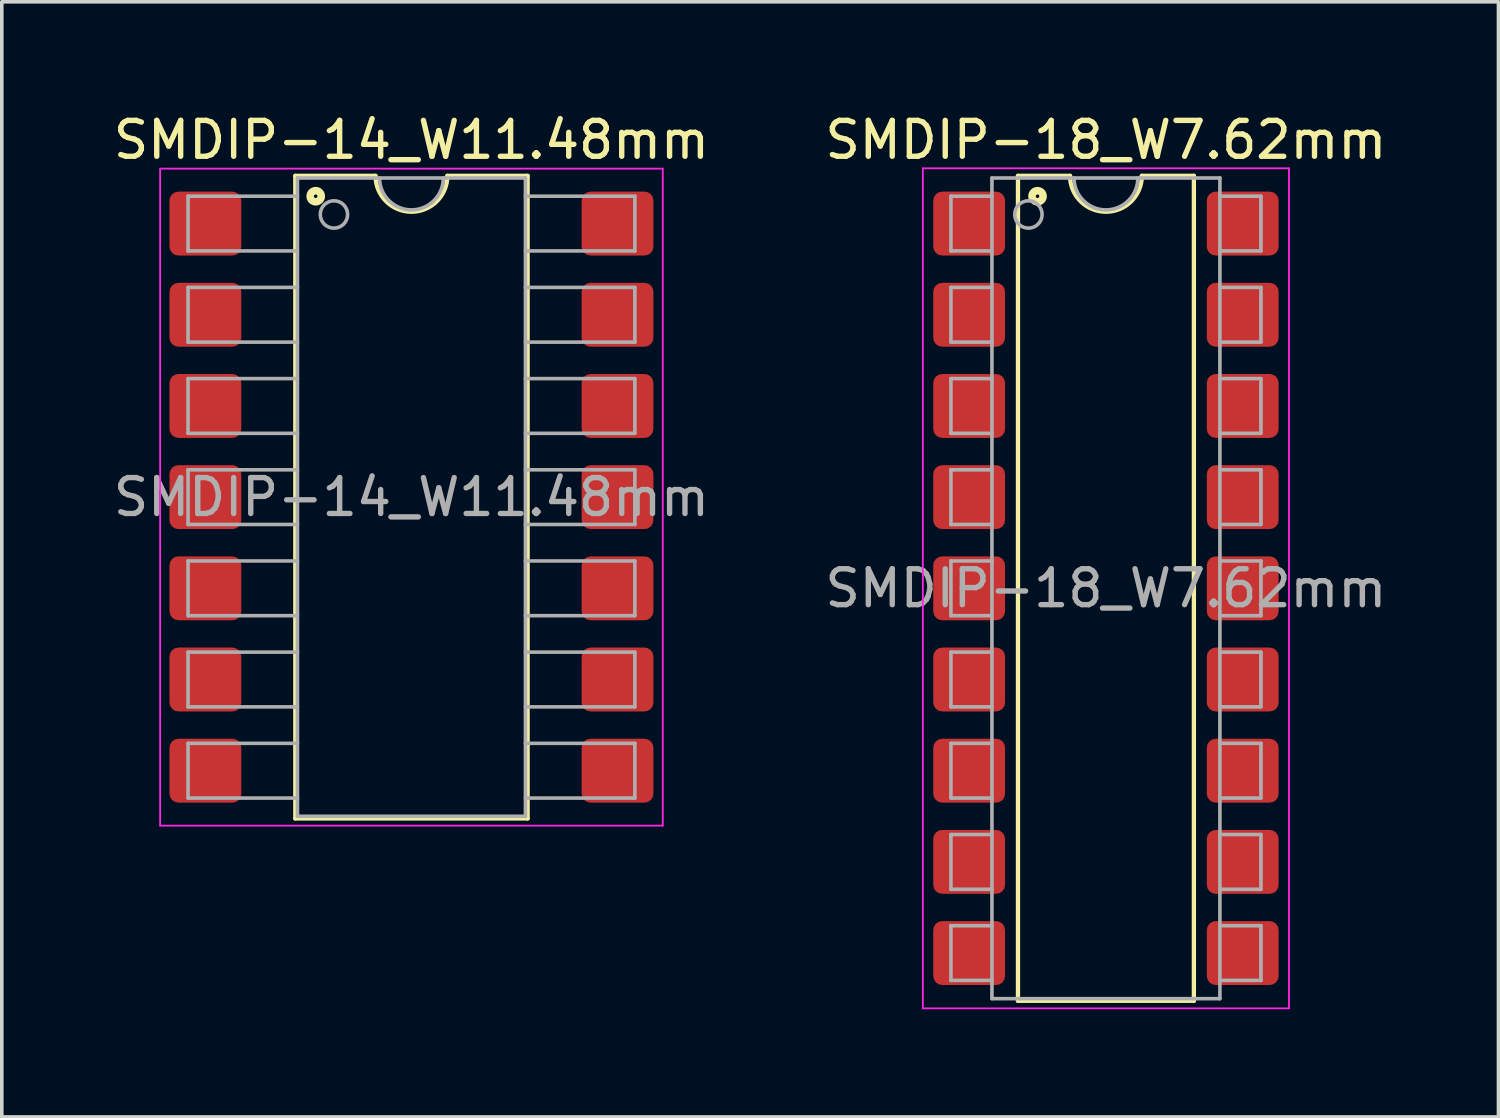
<source format=kicad_pcb>
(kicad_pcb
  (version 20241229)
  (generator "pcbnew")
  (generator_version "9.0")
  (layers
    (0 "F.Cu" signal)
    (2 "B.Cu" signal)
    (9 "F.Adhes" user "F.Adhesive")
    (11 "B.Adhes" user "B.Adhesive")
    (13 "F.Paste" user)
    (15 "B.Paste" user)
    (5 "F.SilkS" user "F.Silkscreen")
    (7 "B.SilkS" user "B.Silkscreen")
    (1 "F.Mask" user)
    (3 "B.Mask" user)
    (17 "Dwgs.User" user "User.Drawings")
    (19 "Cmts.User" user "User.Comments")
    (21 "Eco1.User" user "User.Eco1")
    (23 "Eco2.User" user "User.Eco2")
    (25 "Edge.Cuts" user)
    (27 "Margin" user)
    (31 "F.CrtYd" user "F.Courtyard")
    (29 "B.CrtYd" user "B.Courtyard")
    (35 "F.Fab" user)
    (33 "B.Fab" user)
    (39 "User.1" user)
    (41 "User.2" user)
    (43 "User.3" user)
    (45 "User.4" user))
  (footprint "SMDIP-18_W7.62mm"
    (layer "F.Cu")
    (at 27.756 13.338)
    (property "Reference" "SMDIP-18_W7.62mm" (at 0 -12.49 0) (layer "F.SilkS") (effects (font (size 1 1) (thickness 0.15))))
    (attr smd)
    (fp_line (start -2.45 -11.49) (end -2.45 11.49) (stroke (width 0.12) (type solid)) (layer "F.SilkS"))
    (fp_line (start -2.45 11.49) (end 2.45 11.49) (stroke (width 0.12) (type solid)) (layer "F.SilkS"))
    (fp_line (start -1 -11.49) (end -2.45 -11.49) (stroke (width 0.12) (type solid)) (layer "F.SilkS"))
    (fp_line (start 2.45 -11.49) (end 1 -11.49) (stroke (width 0.12) (type solid)) (layer "F.SilkS"))
    (fp_line (start 2.45 11.49) (end 2.45 -11.49) (stroke (width 0.12) (type solid)) (layer "F.SilkS"))
    (fp_arc (start 1 -11.49) (mid 0 -10.49) (end -1 -11.49) (stroke (width 0.12) (type solid)) (layer "F.SilkS"))
    (fp_circle (center -1.905 -10.922) (end -1.855 -10.922) (stroke (width 0.12) (type solid)) (fill no) (layer "F.SilkS"))
    (fp_circle (center -1.905 -10.922) (end -1.78 -10.922) (stroke (width 0.12) (type solid)) (fill no) (layer "F.SilkS"))
    (fp_circle (center -1.905 -10.922) (end -1.705 -10.922) (stroke (width 0.12) (type solid)) (fill no) (layer "F.SilkS"))
    (fp_line (start -5.1 -11.7) (end -5.1 11.7) (stroke (width 0.05) (type solid)) (layer "F.CrtYd"))
    (fp_line (start -5.1 11.7) (end 5.1 11.7) (stroke (width 0.05) (type solid)) (layer "F.CrtYd"))
    (fp_line (start 5.1 -11.7) (end -5.1 -11.7) (stroke (width 0.05) (type solid)) (layer "F.CrtYd"))
    (fp_line (start 5.1 11.7) (end 5.1 -11.7) (stroke (width 0.05) (type solid)) (layer "F.CrtYd"))
    (fp_line (start -4.318 -10.922) (end -4.318 -9.398) (stroke (width 0.1) (type solid)) (layer "F.Fab"))
    (fp_line (start -4.318 -10.922) (end -3.175 -10.922) (stroke (width 0.1) (type solid)) (layer "F.Fab"))
    (fp_line (start -4.318 -9.398) (end -3.175 -9.398) (stroke (width 0.1) (type solid)) (layer "F.Fab"))
    (fp_line (start -4.318 -8.382) (end -4.318 -6.858) (stroke (width 0.1) (type solid)) (layer "F.Fab"))
    (fp_line (start -4.318 -8.382) (end -3.175 -8.382) (stroke (width 0.1) (type solid)) (layer "F.Fab"))
    (fp_line (start -4.318 -6.858) (end -3.175 -6.858) (stroke (width 0.1) (type solid)) (layer "F.Fab"))
    (fp_line (start -4.318 -5.842) (end -4.318 -4.318) (stroke (width 0.1) (type solid)) (layer "F.Fab"))
    (fp_line (start -4.318 -5.842) (end -3.175 -5.842) (stroke (width 0.1) (type solid)) (layer "F.Fab"))
    (fp_line (start -4.318 -4.318) (end -3.175 -4.318) (stroke (width 0.1) (type solid)) (layer "F.Fab"))
    (fp_line (start -4.318 -3.302) (end -4.318 -1.778) (stroke (width 0.1) (type solid)) (layer "F.Fab"))
    (fp_line (start -4.318 -3.302) (end -3.175 -3.302) (stroke (width 0.1) (type solid)) (layer "F.Fab"))
    (fp_line (start -4.318 -1.778) (end -3.175 -1.778) (stroke (width 0.1) (type solid)) (layer "F.Fab"))
    (fp_line (start -4.318 -0.762) (end -4.318 0.762) (stroke (width 0.1) (type solid)) (layer "F.Fab"))
    (fp_line (start -4.318 -0.762) (end -3.175 -0.762) (stroke (width 0.1) (type solid)) (layer "F.Fab"))
    (fp_line (start -4.318 0.762) (end -3.175 0.762) (stroke (width 0.1) (type solid)) (layer "F.Fab"))
    (fp_line (start -4.318 1.778) (end -4.318 3.302) (stroke (width 0.1) (type solid)) (layer "F.Fab"))
    (fp_line (start -4.318 1.778) (end -3.175 1.778) (stroke (width 0.1) (type solid)) (layer "F.Fab"))
    (fp_line (start -4.318 3.302) (end -3.175 3.302) (stroke (width 0.1) (type solid)) (layer "F.Fab"))
    (fp_line (start -4.318 4.318) (end -4.318 5.842) (stroke (width 0.1) (type solid)) (layer "F.Fab"))
    (fp_line (start -4.318 4.318) (end -3.175 4.318) (stroke (width 0.1) (type solid)) (layer "F.Fab"))
    (fp_line (start -4.318 5.842) (end -3.175 5.842) (stroke (width 0.1) (type solid)) (layer "F.Fab"))
    (fp_line (start -4.318 6.858) (end -4.318 8.382) (stroke (width 0.1) (type solid)) (layer "F.Fab"))
    (fp_line (start -4.318 6.858) (end -3.175 6.858) (stroke (width 0.1) (type solid)) (layer "F.Fab"))
    (fp_line (start -4.318 8.382) (end -3.175 8.382) (stroke (width 0.1) (type solid)) (layer "F.Fab"))
    (fp_line (start -4.318 9.398) (end -4.318 10.922) (stroke (width 0.1) (type solid)) (layer "F.Fab"))
    (fp_line (start -4.318 9.398) (end -3.175 9.398) (stroke (width 0.1) (type solid)) (layer "F.Fab"))
    (fp_line (start -4.318 10.922) (end -3.175 10.922) (stroke (width 0.1) (type solid)) (layer "F.Fab"))
    (fp_line (start -3.175 -11.43) (end 3.175 -11.43) (stroke (width 0.1) (type solid)) (layer "F.Fab"))
    (fp_line (start -3.175 11.43) (end -3.175 -11.43) (stroke (width 0.1) (type solid)) (layer "F.Fab"))
    (fp_line (start 3.175 -11.43) (end 3.175 11.43) (stroke (width 0.1) (type solid)) (layer "F.Fab"))
    (fp_line (start 3.175 11.43) (end -3.175 11.43) (stroke (width 0.1) (type solid)) (layer "F.Fab"))
    (fp_line (start 4.318 -10.922) (end 3.175 -10.922) (stroke (width 0.1) (type solid)) (layer "F.Fab"))
    (fp_line (start 4.318 -9.398) (end 3.175 -9.398) (stroke (width 0.1) (type solid)) (layer "F.Fab"))
    (fp_line (start 4.318 -9.398) (end 4.318 -10.922) (stroke (width 0.1) (type solid)) (layer "F.Fab"))
    (fp_line (start 4.318 -8.382) (end 3.175 -8.382) (stroke (width 0.1) (type solid)) (layer "F.Fab"))
    (fp_line (start 4.318 -6.858) (end 3.175 -6.858) (stroke (width 0.1) (type solid)) (layer "F.Fab"))
    (fp_line (start 4.318 -6.858) (end 4.318 -8.382) (stroke (width 0.1) (type solid)) (layer "F.Fab"))
    (fp_line (start 4.318 -5.842) (end 3.175 -5.842) (stroke (width 0.1) (type solid)) (layer "F.Fab"))
    (fp_line (start 4.318 -4.318) (end 3.175 -4.318) (stroke (width 0.1) (type solid)) (layer "F.Fab"))
    (fp_line (start 4.318 -4.318) (end 4.318 -5.842) (stroke (width 0.1) (type solid)) (layer "F.Fab"))
    (fp_line (start 4.318 -3.302) (end 3.175 -3.302) (stroke (width 0.1) (type solid)) (layer "F.Fab"))
    (fp_line (start 4.318 -1.778) (end 3.175 -1.778) (stroke (width 0.1) (type solid)) (layer "F.Fab"))
    (fp_line (start 4.318 -1.778) (end 4.318 -3.302) (stroke (width 0.1) (type solid)) (layer "F.Fab"))
    (fp_line (start 4.318 -0.762) (end 3.175 -0.762) (stroke (width 0.1) (type solid)) (layer "F.Fab"))
    (fp_line (start 4.318 0.762) (end 3.175 0.762) (stroke (width 0.1) (type solid)) (layer "F.Fab"))
    (fp_line (start 4.318 0.762) (end 4.318 -0.762) (stroke (width 0.1) (type solid)) (layer "F.Fab"))
    (fp_line (start 4.318 1.778) (end 3.175 1.778) (stroke (width 0.1) (type solid)) (layer "F.Fab"))
    (fp_line (start 4.318 3.302) (end 3.175 3.302) (stroke (width 0.1) (type solid)) (layer "F.Fab"))
    (fp_line (start 4.318 3.302) (end 4.318 1.778) (stroke (width 0.1) (type solid)) (layer "F.Fab"))
    (fp_line (start 4.318 4.318) (end 3.175 4.318) (stroke (width 0.1) (type solid)) (layer "F.Fab"))
    (fp_line (start 4.318 5.842) (end 3.175 5.842) (stroke (width 0.1) (type solid)) (layer "F.Fab"))
    (fp_line (start 4.318 5.842) (end 4.318 4.318) (stroke (width 0.1) (type solid)) (layer "F.Fab"))
    (fp_line (start 4.318 6.858) (end 3.175 6.858) (stroke (width 0.1) (type solid)) (layer "F.Fab"))
    (fp_line (start 4.318 8.382) (end 3.175 8.382) (stroke (width 0.1) (type solid)) (layer "F.Fab"))
    (fp_line (start 4.318 8.382) (end 4.318 6.858) (stroke (width 0.1) (type solid)) (layer "F.Fab"))
    (fp_line (start 4.318 9.398) (end 3.175 9.398) (stroke (width 0.1) (type solid)) (layer "F.Fab"))
    (fp_line (start 4.318 10.922) (end 3.175 10.922) (stroke (width 0.1) (type solid)) (layer "F.Fab"))
    (fp_line (start 4.318 10.922) (end 4.318 9.398) (stroke (width 0.1) (type solid)) (layer "F.Fab"))
    (fp_arc (start 0.889 -11.43) (mid 0 -10.541) (end -0.889 -11.43) (stroke (width 0.1) (type solid)) (layer "F.Fab"))
    (fp_circle (center -2.159 -10.414) (end -1.778 -10.414) (stroke (width 0.1) (type solid)) (fill no) (layer "F.Fab"))
    (fp_text user "${REFERENCE}" (at 0 0 0) (layer "F.Fab") (effects (font (size 1 1) (thickness 0.15))))
    (pad "1" smd roundrect (at -3.81 -10.16) (size 2 1.78) (layers "F.Cu" "F.Mask" "F.Paste") (roundrect_rratio 0.14))
    (pad "2" smd roundrect (at -3.81 -7.62) (size 2 1.78) (layers "F.Cu" "F.Mask" "F.Paste") (roundrect_rratio 0.14))
    (pad "3" smd roundrect (at -3.81 -5.08) (size 2 1.78) (layers "F.Cu" "F.Mask" "F.Paste") (roundrect_rratio 0.14))
    (pad "4" smd roundrect (at -3.81 -2.54) (size 2 1.78) (layers "F.Cu" "F.Mask" "F.Paste") (roundrect_rratio 0.14))
    (pad "5" smd roundrect (at -3.81 0) (size 2 1.78) (layers "F.Cu" "F.Mask" "F.Paste") (roundrect_rratio 0.14))
    (pad "6" smd roundrect (at -3.81 2.54) (size 2 1.78) (layers "F.Cu" "F.Mask" "F.Paste") (roundrect_rratio 0.14))
    (pad "7" smd roundrect (at -3.81 5.08) (size 2 1.78) (layers "F.Cu" "F.Mask" "F.Paste") (roundrect_rratio 0.14))
    (pad "8" smd roundrect (at -3.81 7.62) (size 2 1.78) (layers "F.Cu" "F.Mask" "F.Paste") (roundrect_rratio 0.14))
    (pad "9" smd roundrect (at -3.81 10.16) (size 2 1.78) (layers "F.Cu" "F.Mask" "F.Paste") (roundrect_rratio 0.14))
    (pad "10" smd roundrect (at 3.81 10.16) (size 2 1.78) (layers "F.Cu" "F.Mask" "F.Paste") (roundrect_rratio 0.14))
    (pad "11" smd roundrect (at 3.81 7.62) (size 2 1.78) (layers "F.Cu" "F.Mask" "F.Paste") (roundrect_rratio 0.14))
    (pad "12" smd roundrect (at 3.81 5.08) (size 2 1.78) (layers "F.Cu" "F.Mask" "F.Paste") (roundrect_rratio 0.14))
    (pad "13" smd roundrect (at 3.81 2.54) (size 2 1.78) (layers "F.Cu" "F.Mask" "F.Paste") (roundrect_rratio 0.14))
    (pad "14" smd roundrect (at 3.81 0) (size 2 1.78) (layers "F.Cu" "F.Mask" "F.Paste") (roundrect_rratio 0.14))
    (pad "15" smd roundrect (at 3.81 -2.54) (size 2 1.78) (layers "F.Cu" "F.Mask" "F.Paste") (roundrect_rratio 0.14))
    (pad "16" smd roundrect (at 3.81 -5.08) (size 2 1.78) (layers "F.Cu" "F.Mask" "F.Paste") (roundrect_rratio 0.14))
    (pad "17" smd roundrect (at 3.81 -7.62) (size 2 1.78) (layers "F.Cu" "F.Mask" "F.Paste") (roundrect_rratio 0.14))
    (pad "18" smd roundrect (at 3.81 -10.16) (size 2 1.78) (layers "F.Cu" "F.Mask" "F.Paste") (roundrect_rratio 0.14)))
  (footprint "SMDIP-14_W11.48mm"
    (layer "F.Cu")
    (at 8.411 10.798)
    (property "Reference" "SMDIP-14_W11.48mm" (at 0 -9.95 0) (layer "F.SilkS") (effects (font (size 1 1) (thickness 0.15))))
    (attr smd)
    (fp_line (start -3.235 -8.95) (end -3.235 8.95) (stroke (width 0.12) (type solid)) (layer "F.SilkS"))
    (fp_line (start -3.235 8.95) (end 3.235 8.95) (stroke (width 0.12) (type solid)) (layer "F.SilkS"))
    (fp_line (start -1 -8.95) (end -3.235 -8.95) (stroke (width 0.12) (type solid)) (layer "F.SilkS"))
    (fp_line (start 3.235 -8.95) (end 1 -8.95) (stroke (width 0.12) (type solid)) (layer "F.SilkS"))
    (fp_line (start 3.235 8.95) (end 3.235 -8.95) (stroke (width 0.12) (type solid)) (layer "F.SilkS"))
    (fp_arc (start 1 -8.95) (mid 0 -7.95) (end -1 -8.95) (stroke (width 0.12) (type solid)) (layer "F.SilkS"))
    (fp_circle (center -2.667 -8.382) (end -2.617 -8.382) (stroke (width 0.12) (type solid)) (fill no) (layer "F.SilkS"))
    (fp_circle (center -2.667 -8.382) (end -2.542 -8.382) (stroke (width 0.12) (type solid)) (fill no) (layer "F.SilkS"))
    (fp_circle (center -2.667 -8.382) (end -2.467 -8.382) (stroke (width 0.12) (type solid)) (fill no) (layer "F.SilkS"))
    (fp_line (start -7 -9.15) (end -7 9.15) (stroke (width 0.05) (type solid)) (layer "F.CrtYd"))
    (fp_line (start -7 9.15) (end 7 9.15) (stroke (width 0.05) (type solid)) (layer "F.CrtYd"))
    (fp_line (start 7 -9.15) (end -7 -9.15) (stroke (width 0.05) (type solid)) (layer "F.CrtYd"))
    (fp_line (start 7 9.15) (end 7 -9.15) (stroke (width 0.05) (type solid)) (layer "F.CrtYd"))
    (fp_line (start -6.223 -8.382) (end -6.223 -6.858) (stroke (width 0.1) (type solid)) (layer "F.Fab"))
    (fp_line (start -6.223 -8.382) (end -3.175 -8.382) (stroke (width 0.1) (type solid)) (layer "F.Fab"))
    (fp_line (start -6.223 -6.858) (end -3.175 -6.858) (stroke (width 0.1) (type solid)) (layer "F.Fab"))
    (fp_line (start -6.223 -5.842) (end -6.223 -4.318) (stroke (width 0.1) (type solid)) (layer "F.Fab"))
    (fp_line (start -6.223 -5.842) (end -3.175 -5.842) (stroke (width 0.1) (type solid)) (layer "F.Fab"))
    (fp_line (start -6.223 -4.318) (end -3.175 -4.318) (stroke (width 0.1) (type solid)) (layer "F.Fab"))
    (fp_line (start -6.223 -3.302) (end -6.223 -1.778) (stroke (width 0.1) (type solid)) (layer "F.Fab"))
    (fp_line (start -6.223 -3.302) (end -3.175 -3.302) (stroke (width 0.1) (type solid)) (layer "F.Fab"))
    (fp_line (start -6.223 -1.778) (end -3.175 -1.778) (stroke (width 0.1) (type solid)) (layer "F.Fab"))
    (fp_line (start -6.223 -0.762) (end -6.223 0.762) (stroke (width 0.1) (type solid)) (layer "F.Fab"))
    (fp_line (start -6.223 -0.762) (end -3.175 -0.762) (stroke (width 0.1) (type solid)) (layer "F.Fab"))
    (fp_line (start -6.223 0.762) (end -3.175 0.762) (stroke (width 0.1) (type solid)) (layer "F.Fab"))
    (fp_line (start -6.223 1.778) (end -6.223 3.302) (stroke (width 0.1) (type solid)) (layer "F.Fab"))
    (fp_line (start -6.223 1.778) (end -3.175 1.778) (stroke (width 0.1) (type solid)) (layer "F.Fab"))
    (fp_line (start -6.223 3.302) (end -3.175 3.302) (stroke (width 0.1) (type solid)) (layer "F.Fab"))
    (fp_line (start -6.223 4.318) (end -6.223 5.842) (stroke (width 0.1) (type solid)) (layer "F.Fab"))
    (fp_line (start -6.223 4.318) (end -3.175 4.318) (stroke (width 0.1) (type solid)) (layer "F.Fab"))
    (fp_line (start -6.223 5.842) (end -3.175 5.842) (stroke (width 0.1) (type solid)) (layer "F.Fab"))
    (fp_line (start -6.223 6.858) (end -6.223 8.382) (stroke (width 0.1) (type solid)) (layer "F.Fab"))
    (fp_line (start -6.223 6.858) (end -3.175 6.858) (stroke (width 0.1) (type solid)) (layer "F.Fab"))
    (fp_line (start -6.223 8.382) (end -3.175 8.382) (stroke (width 0.1) (type solid)) (layer "F.Fab"))
    (fp_line (start -3.175 -8.89) (end 3.175 -8.89) (stroke (width 0.1) (type solid)) (layer "F.Fab"))
    (fp_line (start -3.175 8.89) (end -3.175 -8.89) (stroke (width 0.1) (type solid)) (layer "F.Fab"))
    (fp_line (start 3.175 -8.89) (end 3.175 8.89) (stroke (width 0.1) (type solid)) (layer "F.Fab"))
    (fp_line (start 3.175 8.89) (end -3.175 8.89) (stroke (width 0.1) (type solid)) (layer "F.Fab"))
    (fp_line (start 6.223 -8.382) (end 3.175 -8.382) (stroke (width 0.1) (type solid)) (layer "F.Fab"))
    (fp_line (start 6.223 -6.858) (end 3.175 -6.858) (stroke (width 0.1) (type solid)) (layer "F.Fab"))
    (fp_line (start 6.223 -6.858) (end 6.223 -8.382) (stroke (width 0.1) (type solid)) (layer "F.Fab"))
    (fp_line (start 6.223 -5.842) (end 3.175 -5.842) (stroke (width 0.1) (type solid)) (layer "F.Fab"))
    (fp_line (start 6.223 -4.318) (end 3.175 -4.318) (stroke (width 0.1) (type solid)) (layer "F.Fab"))
    (fp_line (start 6.223 -4.318) (end 6.223 -5.842) (stroke (width 0.1) (type solid)) (layer "F.Fab"))
    (fp_line (start 6.223 -3.302) (end 3.175 -3.302) (stroke (width 0.1) (type solid)) (layer "F.Fab"))
    (fp_line (start 6.223 -1.778) (end 3.175 -1.778) (stroke (width 0.1) (type solid)) (layer "F.Fab"))
    (fp_line (start 6.223 -1.778) (end 6.223 -3.302) (stroke (width 0.1) (type solid)) (layer "F.Fab"))
    (fp_line (start 6.223 -0.762) (end 3.175 -0.762) (stroke (width 0.1) (type solid)) (layer "F.Fab"))
    (fp_line (start 6.223 0.762) (end 3.175 0.762) (stroke (width 0.1) (type solid)) (layer "F.Fab"))
    (fp_line (start 6.223 0.762) (end 6.223 -0.762) (stroke (width 0.1) (type solid)) (layer "F.Fab"))
    (fp_line (start 6.223 1.778) (end 3.175 1.778) (stroke (width 0.1) (type solid)) (layer "F.Fab"))
    (fp_line (start 6.223 3.302) (end 3.175 3.302) (stroke (width 0.1) (type solid)) (layer "F.Fab"))
    (fp_line (start 6.223 3.302) (end 6.223 1.778) (stroke (width 0.1) (type solid)) (layer "F.Fab"))
    (fp_line (start 6.223 4.318) (end 3.175 4.318) (stroke (width 0.1) (type solid)) (layer "F.Fab"))
    (fp_line (start 6.223 5.842) (end 3.175 5.842) (stroke (width 0.1) (type solid)) (layer "F.Fab"))
    (fp_line (start 6.223 5.842) (end 6.223 4.318) (stroke (width 0.1) (type solid)) (layer "F.Fab"))
    (fp_line (start 6.223 6.858) (end 3.175 6.858) (stroke (width 0.1) (type solid)) (layer "F.Fab"))
    (fp_line (start 6.223 8.382) (end 3.175 8.382) (stroke (width 0.1) (type solid)) (layer "F.Fab"))
    (fp_line (start 6.223 8.382) (end 6.223 6.858) (stroke (width 0.1) (type solid)) (layer "F.Fab"))
    (fp_arc (start 0.889 -8.89) (mid 0 -8.001) (end -0.889 -8.89) (stroke (width 0.1) (type solid)) (layer "F.Fab"))
    (fp_circle (center -2.159 -7.874) (end -1.778 -7.874) (stroke (width 0.1) (type solid)) (fill no) (layer "F.Fab"))
    (fp_text user "${REFERENCE}" (at 0 0 0) (layer "F.Fab") (effects (font (size 1 1) (thickness 0.15))))
    (pad "1" smd roundrect (at -5.74 -7.62) (size 2 1.78) (layers "F.Cu" "F.Mask" "F.Paste") (roundrect_rratio 0.14))
    (pad "2" smd roundrect (at -5.74 -5.08) (size 2 1.78) (layers "F.Cu" "F.Mask" "F.Paste") (roundrect_rratio 0.14))
    (pad "3" smd roundrect (at -5.74 -2.54) (size 2 1.78) (layers "F.Cu" "F.Mask" "F.Paste") (roundrect_rratio 0.14))
    (pad "4" smd roundrect (at -5.74 0) (size 2 1.78) (layers "F.Cu" "F.Mask" "F.Paste") (roundrect_rratio 0.14))
    (pad "5" smd roundrect (at -5.74 2.54) (size 2 1.78) (layers "F.Cu" "F.Mask" "F.Paste") (roundrect_rratio 0.14))
    (pad "6" smd roundrect (at -5.74 5.08) (size 2 1.78) (layers "F.Cu" "F.Mask" "F.Paste") (roundrect_rratio 0.14))
    (pad "7" smd roundrect (at -5.74 7.62) (size 2 1.78) (layers "F.Cu" "F.Mask" "F.Paste") (roundrect_rratio 0.14))
    (pad "8" smd roundrect (at 5.74 7.62) (size 2 1.78) (layers "F.Cu" "F.Mask" "F.Paste") (roundrect_rratio 0.14))
    (pad "9" smd roundrect (at 5.74 5.08) (size 2 1.78) (layers "F.Cu" "F.Mask" "F.Paste") (roundrect_rratio 0.14))
    (pad "10" smd roundrect (at 5.74 2.54) (size 2 1.78) (layers "F.Cu" "F.Mask" "F.Paste") (roundrect_rratio 0.14))
    (pad "11" smd roundrect (at 5.74 0) (size 2 1.78) (layers "F.Cu" "F.Mask" "F.Paste") (roundrect_rratio 0.14))
    (pad "12" smd roundrect (at 5.74 -2.54) (size 2 1.78) (layers "F.Cu" "F.Mask" "F.Paste") (roundrect_rratio 0.14))
    (pad "13" smd roundrect (at 5.74 -5.08) (size 2 1.78) (layers "F.Cu" "F.Mask" "F.Paste") (roundrect_rratio 0.14))
    (pad "14" smd roundrect (at 5.74 -7.62) (size 2 1.78) (layers "F.Cu" "F.Mask" "F.Paste") (roundrect_rratio 0.14)))
  (gr_rect
    (start -3 -3)
    (end 38.69 28.063)
    (stroke (width 0.1) (type default))
    (fill no)
    (layer "Edge.Cuts")))
</source>
